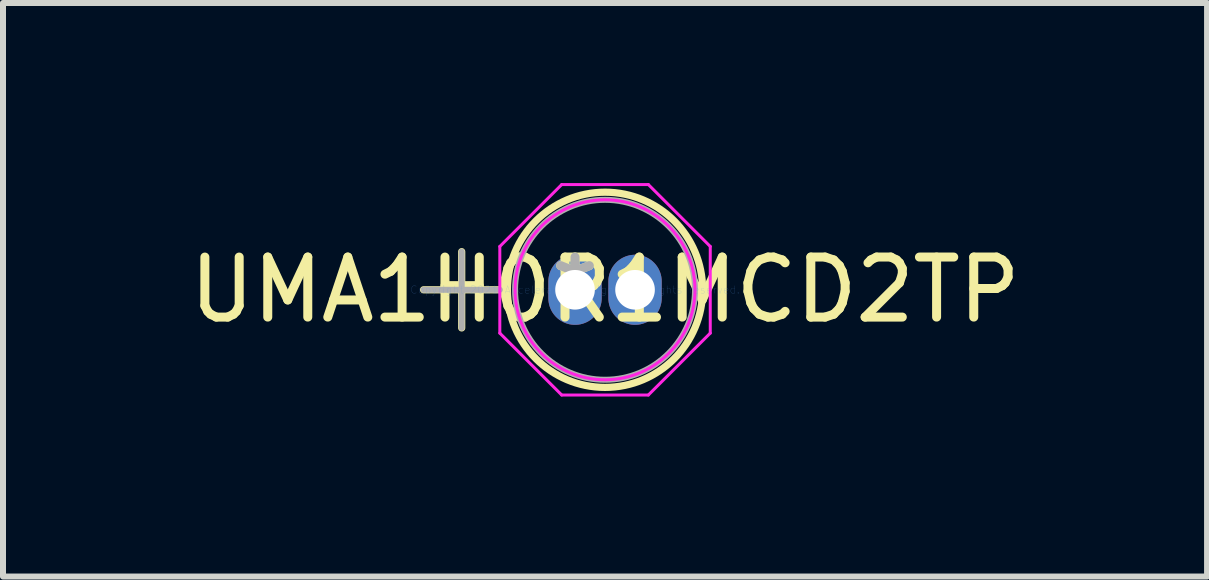
<source format=kicad_pcb>
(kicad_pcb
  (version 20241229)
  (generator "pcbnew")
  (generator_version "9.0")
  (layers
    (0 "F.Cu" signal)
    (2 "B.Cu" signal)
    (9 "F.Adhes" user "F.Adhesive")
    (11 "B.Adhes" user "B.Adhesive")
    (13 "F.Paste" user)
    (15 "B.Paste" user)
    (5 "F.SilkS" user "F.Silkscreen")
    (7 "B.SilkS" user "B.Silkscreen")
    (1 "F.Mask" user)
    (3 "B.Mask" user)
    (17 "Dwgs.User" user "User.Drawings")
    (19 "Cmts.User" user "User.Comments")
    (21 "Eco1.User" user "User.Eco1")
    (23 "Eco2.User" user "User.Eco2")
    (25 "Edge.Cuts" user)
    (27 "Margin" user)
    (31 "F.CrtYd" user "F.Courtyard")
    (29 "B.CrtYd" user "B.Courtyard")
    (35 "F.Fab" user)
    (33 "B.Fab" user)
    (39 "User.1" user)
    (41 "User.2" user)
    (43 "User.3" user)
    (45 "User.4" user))
  (footprint "UMA1H0R1MCD2TP"
    (layer "F.Cu")
    (at 6.53 1.778)
    (property "Reference" "UMA1H0R1MCD2TP" (at 0.5 0 0) (layer "F.SilkS") (effects (font (size 1 1) (thickness 0.15))))
    (attr through_hole)
    (fp_line (start -2.523 0) (end -1.253 0) (stroke (width 0.12) (type solid)) (layer "F.SilkS"))
    (fp_line (start -1.888 -0.635) (end -1.888 0.635) (stroke (width 0.12) (type solid)) (layer "F.SilkS"))
    (fp_circle (center 0.5 0) (end 2.126 0) (stroke (width 0.12) (type solid)) (fill no) (layer "F.SilkS"))
    (fp_line (start -1.253 -0.722) (end -0.222 -1.753) (stroke (width 0.05) (type solid)) (layer "F.CrtYd"))
    (fp_line (start -1.253 0.722) (end -1.253 -0.722) (stroke (width 0.05) (type solid)) (layer "F.CrtYd"))
    (fp_line (start -0.222 -1.753) (end 1.222 -1.753) (stroke (width 0.05) (type solid)) (layer "F.CrtYd"))
    (fp_line (start -0.222 1.753) (end -1.253 0.722) (stroke (width 0.05) (type solid)) (layer "F.CrtYd"))
    (fp_line (start 1.222 -1.753) (end 2.253 -0.722) (stroke (width 0.05) (type solid)) (layer "F.CrtYd"))
    (fp_line (start 1.222 1.753) (end -0.222 1.753) (stroke (width 0.05) (type solid)) (layer "F.CrtYd"))
    (fp_line (start 2.253 -0.722) (end 2.253 0.722) (stroke (width 0.05) (type solid)) (layer "F.CrtYd"))
    (fp_line (start 2.253 0.722) (end 1.222 1.753) (stroke (width 0.05) (type solid)) (layer "F.CrtYd"))
    (fp_circle (center 0.5 0) (end 1.999 0) (stroke (width 0.05) (type solid)) (fill no) (layer "F.CrtYd"))
    (fp_line (start -2.523 0) (end -1.253 0) (stroke (width 0.1) (type solid)) (layer "F.Fab"))
    (fp_line (start -1.888 -0.635) (end -1.888 0.635) (stroke (width 0.1) (type solid)) (layer "F.Fab"))
    (fp_circle (center 0.5 0) (end 1.999 0) (stroke (width 0.1) (type solid)) (fill no) (layer "F.Fab"))
    (fp_text user "*" (at 0 0 0) (layer "F.SilkS") (effects (font (size 1 1) (thickness 0.15))))
    (fp_text user "Copyright 2021 Accelerated Designs. All rights reserved." (at 0 0 0) (layer "Cmts.User") (effects (font (size 0.127 0.127) (thickness 0.002))))
    (fp_text user "*" (at 0 0 0) (layer "F.Fab") (effects (font (size 1 1) (thickness 0.15))))
    (pad "1" thru_hole oval (at 0 0) (size 0.889 1.168) (drill 0.66) (layers "*.Cu" "*.Mask"))
    (pad "2" thru_hole oval (at 1 0) (size 0.889 1.168) (drill 0.66) (layers "*.Cu" "*.Mask")))
  (gr_rect
    (start -3 -3)
    (end 17.06 6.555)
    (stroke (width 0.1) (type default))
    (fill no)
    (layer "Edge.Cuts")))
</source>
